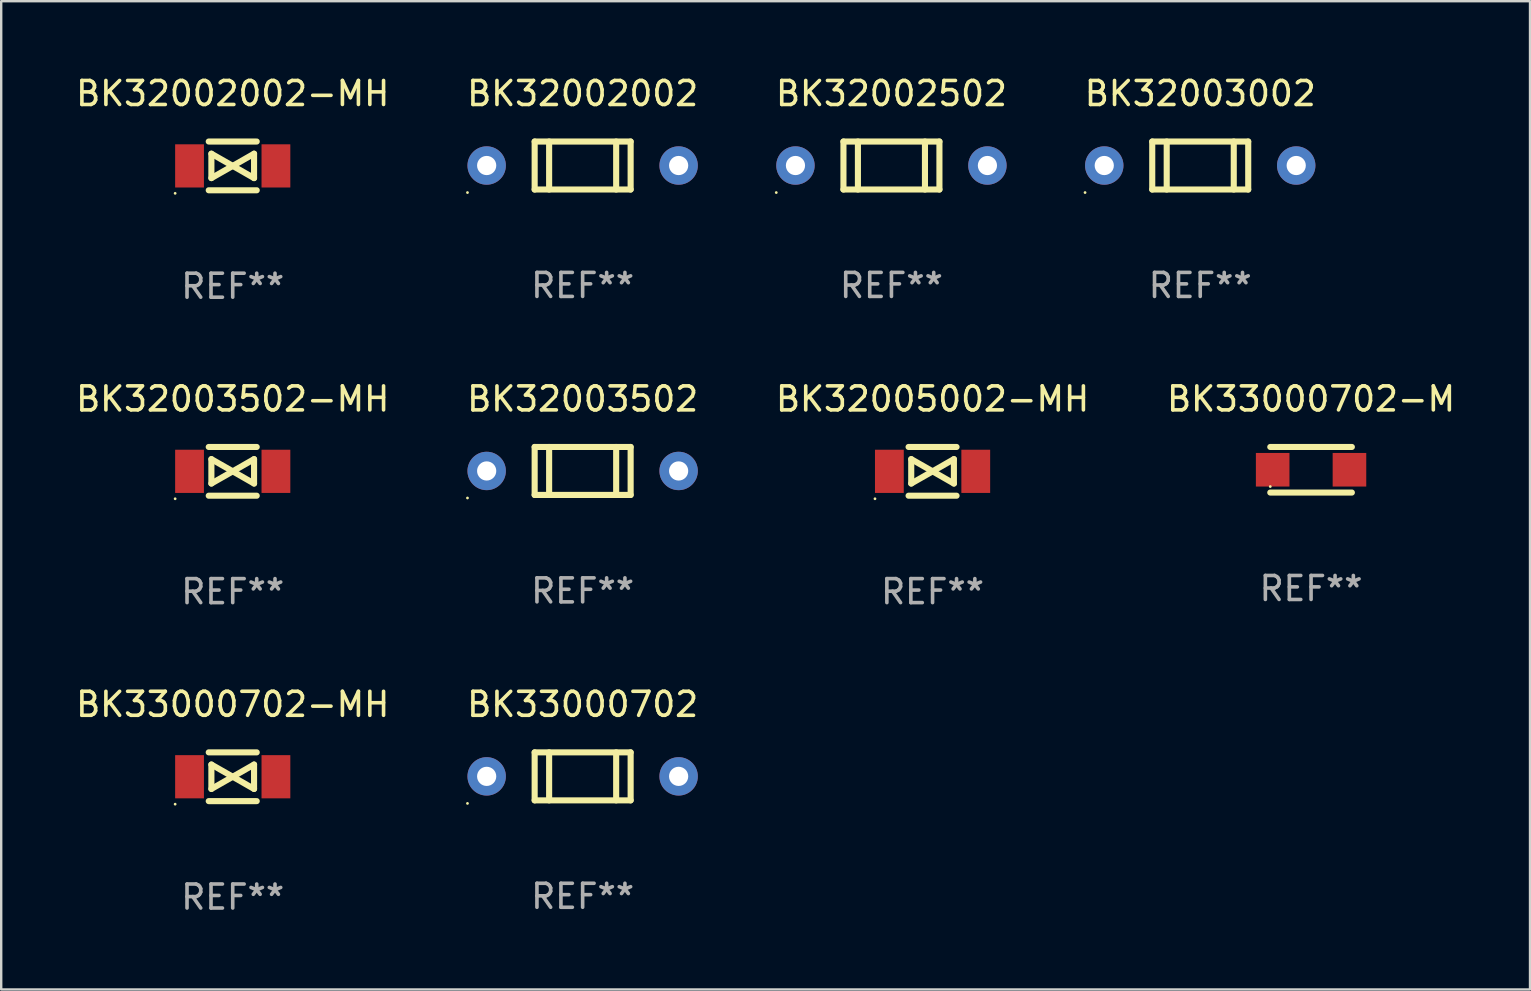
<source format=kicad_pcb>
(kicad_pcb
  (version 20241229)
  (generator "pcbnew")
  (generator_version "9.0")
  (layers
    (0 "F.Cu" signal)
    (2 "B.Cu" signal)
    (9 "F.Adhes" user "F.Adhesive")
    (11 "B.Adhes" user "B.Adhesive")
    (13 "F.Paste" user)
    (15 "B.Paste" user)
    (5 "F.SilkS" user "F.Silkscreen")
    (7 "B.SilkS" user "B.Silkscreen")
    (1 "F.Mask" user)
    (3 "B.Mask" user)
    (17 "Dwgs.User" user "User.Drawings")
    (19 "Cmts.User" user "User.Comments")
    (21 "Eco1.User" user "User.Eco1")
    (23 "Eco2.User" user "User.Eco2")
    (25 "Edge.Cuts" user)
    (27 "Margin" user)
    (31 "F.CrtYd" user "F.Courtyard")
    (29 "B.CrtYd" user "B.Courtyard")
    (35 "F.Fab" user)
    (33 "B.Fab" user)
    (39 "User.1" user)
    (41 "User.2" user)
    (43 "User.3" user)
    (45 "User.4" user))
  (footprint "BK32003502-MH"
    (layer "F.Cu")
    (at 6.649 16.593)
    (property "Reference" "BK32003502-MH" (at 0 -3.016 0) (layer "F.SilkS") (effects (font (size 1 1) (thickness 0.15))))
    (attr through_hole)
    (fp_line (start -1 -1.016) (end 1 -1.016) (stroke (width 0.254) (type solid)) (layer "F.SilkS"))
    (fp_line (start -1 1.016) (end 1 1.016) (stroke (width 0.254) (type solid)) (layer "F.SilkS"))
    (fp_line (start -0.889 -0.508) (end -0.889 0.508) (stroke (width 0.254) (type solid)) (layer "F.SilkS"))
    (fp_line (start -0.889 0.508) (end 0.889 -0.508) (stroke (width 0.254) (type solid)) (layer "F.SilkS"))
    (fp_line (start 0.889 -0.508) (end 0.889 0.508) (stroke (width 0.254) (type solid)) (layer "F.SilkS"))
    (fp_line (start 0.889 0.508) (end -0.889 -0.508) (stroke (width 0.254) (type solid)) (layer "F.SilkS"))
    (fp_circle (center -2.4 1.143) (end -2.37 1.143) (stroke (width 0.06) (type solid)) (fill no) (layer "F.SilkS"))
    (fp_text user "REF**" (at 0 5.016 0) (layer "F.Fab") (effects (font (size 1 1) (thickness 0.15))))
    (pad "1" smd rect (at -1.8 0) (size 1.2 1.8) (layers "F.Cu" "F.Mask" "F.Paste"))
    (pad "2" smd rect (at 1.8 0) (size 1.2 1.8) (layers "F.Cu" "F.Mask" "F.Paste")))
  (footprint "BK32002002-MH"
    (layer "F.Cu")
    (at 6.649 3.864)
    (property "Reference" "BK32002002-MH" (at 0 -3.016 0) (layer "F.SilkS") (effects (font (size 1 1) (thickness 0.15))))
    (attr through_hole)
    (fp_line (start -1 -1.016) (end 1 -1.016) (stroke (width 0.254) (type solid)) (layer "F.SilkS"))
    (fp_line (start -1 1.016) (end 1 1.016) (stroke (width 0.254) (type solid)) (layer "F.SilkS"))
    (fp_line (start -0.889 -0.508) (end -0.889 0.508) (stroke (width 0.254) (type solid)) (layer "F.SilkS"))
    (fp_line (start -0.889 0.508) (end 0.889 -0.508) (stroke (width 0.254) (type solid)) (layer "F.SilkS"))
    (fp_line (start 0.889 -0.508) (end 0.889 0.508) (stroke (width 0.254) (type solid)) (layer "F.SilkS"))
    (fp_line (start 0.889 0.508) (end -0.889 -0.508) (stroke (width 0.254) (type solid)) (layer "F.SilkS"))
    (fp_circle (center -2.4 1.143) (end -2.37 1.143) (stroke (width 0.06) (type solid)) (fill no) (layer "F.SilkS"))
    (fp_text user "REF**" (at 0 5.016 0) (layer "F.Fab") (effects (font (size 1 1) (thickness 0.15))))
    (pad "1" smd rect (at -1.8 0) (size 1.2 1.8) (layers "F.Cu" "F.Mask" "F.Paste"))
    (pad "2" smd rect (at 1.8 0) (size 1.2 1.8) (layers "F.Cu" "F.Mask" "F.Paste")))
  (footprint "BK32003502"
    (layer "F.Cu")
    (at 21.232 16.577)
    (property "Reference" "BK32003502" (at 0 -3 0) (layer "F.SilkS") (effects (font (size 1 1) (thickness 0.15))))
    (attr through_hole)
    (fp_line (start -2 -1) (end -2 1) (stroke (width 0.254) (type solid)) (layer "F.SilkS"))
    (fp_line (start -2 1) (end 2 1) (stroke (width 0.254) (type solid)) (layer "F.SilkS"))
    (fp_line (start -1.397 -1) (end -1.397 1) (stroke (width 0.254) (type solid)) (layer "F.SilkS"))
    (fp_line (start 1.397 -1) (end 1.397 1) (stroke (width 0.254) (type solid)) (layer "F.SilkS"))
    (fp_line (start 2 -1) (end -2 -1) (stroke (width 0.254) (type solid)) (layer "F.SilkS"))
    (fp_line (start 2 -1) (end 2 1) (stroke (width 0.254) (type solid)) (layer "F.SilkS"))
    (fp_circle (center -4.8 1.127) (end -4.77 1.127) (stroke (width 0.06) (type solid)) (fill no) (layer "F.SilkS"))
    (fp_text user "REF**" (at 0 5 0) (layer "F.Fab") (effects (font (size 1 1) (thickness 0.15))))
    (pad "1" thru_hole circle (at -4 0) (size 1.6 1.6) (drill 0.8) (layers "*.Cu" "*.Mask"))
    (pad "2" thru_hole circle (at 4 0) (size 1.6 1.6) (drill 0.8) (layers "*.Cu" "*.Mask")))
  (footprint "BK33000702-MH"
    (layer "F.Cu")
    (at 6.649 29.321)
    (property "Reference" "BK33000702-MH" (at 0 -3.016 0) (layer "F.SilkS") (effects (font (size 1 1) (thickness 0.15))))
    (attr through_hole)
    (fp_line (start -1 -1.016) (end 1 -1.016) (stroke (width 0.254) (type solid)) (layer "F.SilkS"))
    (fp_line (start -1 1.016) (end 1 1.016) (stroke (width 0.254) (type solid)) (layer "F.SilkS"))
    (fp_line (start -0.889 -0.508) (end -0.889 0.508) (stroke (width 0.254) (type solid)) (layer "F.SilkS"))
    (fp_line (start -0.889 0.508) (end 0.889 -0.508) (stroke (width 0.254) (type solid)) (layer "F.SilkS"))
    (fp_line (start 0.889 -0.508) (end 0.889 0.508) (stroke (width 0.254) (type solid)) (layer "F.SilkS"))
    (fp_line (start 0.889 0.508) (end -0.889 -0.508) (stroke (width 0.254) (type solid)) (layer "F.SilkS"))
    (fp_circle (center -2.4 1.143) (end -2.37 1.143) (stroke (width 0.06) (type solid)) (fill no) (layer "F.SilkS"))
    (fp_text user "REF**" (at 0 5.016 0) (layer "F.Fab") (effects (font (size 1 1) (thickness 0.15))))
    (pad "1" smd rect (at -1.8 0) (size 1.2 1.8) (layers "F.Cu" "F.Mask" "F.Paste"))
    (pad "2" smd rect (at 1.8 0) (size 1.2 1.8) (layers "F.Cu" "F.Mask" "F.Paste")))
  (footprint "BK32002502"
    (layer "F.Cu")
    (at 34.101 3.848)
    (property "Reference" "BK32002502" (at 0 -3 0) (layer "F.SilkS") (effects (font (size 1 1) (thickness 0.15))))
    (attr through_hole)
    (fp_line (start -2 -1) (end -2 1) (stroke (width 0.254) (type solid)) (layer "F.SilkS"))
    (fp_line (start -2 1) (end 2 1) (stroke (width 0.254) (type solid)) (layer "F.SilkS"))
    (fp_line (start -1.397 -1) (end -1.397 1) (stroke (width 0.254) (type solid)) (layer "F.SilkS"))
    (fp_line (start 1.397 -1) (end 1.397 1) (stroke (width 0.254) (type solid)) (layer "F.SilkS"))
    (fp_line (start 2 -1) (end -2 -1) (stroke (width 0.254) (type solid)) (layer "F.SilkS"))
    (fp_line (start 2 -1) (end 2 1) (stroke (width 0.254) (type solid)) (layer "F.SilkS"))
    (fp_circle (center -4.8 1.127) (end -4.77 1.127) (stroke (width 0.06) (type solid)) (fill no) (layer "F.SilkS"))
    (fp_text user "REF**" (at 0 5 0) (layer "F.Fab") (effects (font (size 1 1) (thickness 0.15))))
    (pad "1" thru_hole circle (at -4 0) (size 1.6 1.6) (drill 0.8) (layers "*.Cu" "*.Mask"))
    (pad "2" thru_hole circle (at 4 0) (size 1.6 1.6) (drill 0.8) (layers "*.Cu" "*.Mask")))
  (footprint "BK33000702-M"
    (layer "F.Cu")
    (at 51.589 16.527)
    (property "Reference" "BK33000702-M" (at 0 -2.95 0) (layer "F.SilkS") (effects (font (size 1 1) (thickness 0.15))))
    (attr through_hole)
    (fp_line (start -1.7 -0.95) (end 1.7 -0.95) (stroke (width 0.254) (type solid)) (layer "F.SilkS"))
    (fp_line (start 1.7 0.95) (end -1.7 0.95) (stroke (width 0.254) (type solid)) (layer "F.SilkS"))
    (fp_circle (center -1.7 0.7) (end -1.67 0.7) (stroke (width 0.06) (type solid)) (fill no) (layer "F.SilkS"))
    (fp_text user "REF**" (at 0 4.95 0) (layer "F.Fab") (effects (font (size 1 1) (thickness 0.15))))
    (pad "1" smd rect (at -1.6 0) (size 1.4 1.4) (layers "F.Cu" "F.Mask" "F.Paste"))
    (pad "2" smd rect (at 1.6 0) (size 1.4 1.4) (layers "F.Cu" "F.Mask" "F.Paste")))
  (footprint "BK32002002"
    (layer "F.Cu")
    (at 21.232 3.848)
    (property "Reference" "BK32002002" (at 0 -3 0) (layer "F.SilkS") (effects (font (size 1 1) (thickness 0.15))))
    (attr through_hole)
    (fp_line (start -2 -1) (end -2 1) (stroke (width 0.254) (type solid)) (layer "F.SilkS"))
    (fp_line (start -2 1) (end 2 1) (stroke (width 0.254) (type solid)) (layer "F.SilkS"))
    (fp_line (start -1.397 -1) (end -1.397 1) (stroke (width 0.254) (type solid)) (layer "F.SilkS"))
    (fp_line (start 1.397 -1) (end 1.397 1) (stroke (width 0.254) (type solid)) (layer "F.SilkS"))
    (fp_line (start 2 -1) (end -2 -1) (stroke (width 0.254) (type solid)) (layer "F.SilkS"))
    (fp_line (start 2 -1) (end 2 1) (stroke (width 0.254) (type solid)) (layer "F.SilkS"))
    (fp_circle (center -4.8 1.127) (end -4.77 1.127) (stroke (width 0.06) (type solid)) (fill no) (layer "F.SilkS"))
    (fp_text user "REF**" (at 0 5 0) (layer "F.Fab") (effects (font (size 1 1) (thickness 0.15))))
    (pad "1" thru_hole circle (at -4 0) (size 1.6 1.6) (drill 0.8) (layers "*.Cu" "*.Mask"))
    (pad "2" thru_hole circle (at 4 0) (size 1.6 1.6) (drill 0.8) (layers "*.Cu" "*.Mask")))
  (footprint "BK32005002-MH"
    (layer "F.Cu")
    (at 35.815 16.593)
    (property "Reference" "BK32005002-MH" (at 0 -3.016 0) (layer "F.SilkS") (effects (font (size 1 1) (thickness 0.15))))
    (attr through_hole)
    (fp_line (start -1 -1.016) (end 1 -1.016) (stroke (width 0.254) (type solid)) (layer "F.SilkS"))
    (fp_line (start -1 1.016) (end 1 1.016) (stroke (width 0.254) (type solid)) (layer "F.SilkS"))
    (fp_line (start -0.889 -0.508) (end -0.889 0.508) (stroke (width 0.254) (type solid)) (layer "F.SilkS"))
    (fp_line (start -0.889 0.508) (end 0.889 -0.508) (stroke (width 0.254) (type solid)) (layer "F.SilkS"))
    (fp_line (start 0.889 -0.508) (end 0.889 0.508) (stroke (width 0.254) (type solid)) (layer "F.SilkS"))
    (fp_line (start 0.889 0.508) (end -0.889 -0.508) (stroke (width 0.254) (type solid)) (layer "F.SilkS"))
    (fp_circle (center -2.4 1.143) (end -2.37 1.143) (stroke (width 0.06) (type solid)) (fill no) (layer "F.SilkS"))
    (fp_text user "REF**" (at 0 5.016 0) (layer "F.Fab") (effects (font (size 1 1) (thickness 0.15))))
    (pad "1" smd rect (at -1.8 0) (size 1.2 1.8) (layers "F.Cu" "F.Mask" "F.Paste"))
    (pad "2" smd rect (at 1.8 0) (size 1.2 1.8) (layers "F.Cu" "F.Mask" "F.Paste")))
  (footprint "BK33000702"
    (layer "F.Cu")
    (at 21.232 29.305)
    (property "Reference" "BK33000702" (at 0 -3 0) (layer "F.SilkS") (effects (font (size 1 1) (thickness 0.15))))
    (attr through_hole)
    (fp_line (start -2 -1) (end -2 1) (stroke (width 0.254) (type solid)) (layer "F.SilkS"))
    (fp_line (start -2 1) (end 2 1) (stroke (width 0.254) (type solid)) (layer "F.SilkS"))
    (fp_line (start -1.397 -1) (end -1.397 1) (stroke (width 0.254) (type solid)) (layer "F.SilkS"))
    (fp_line (start 1.397 -1) (end 1.397 1) (stroke (width 0.254) (type solid)) (layer "F.SilkS"))
    (fp_line (start 2 -1) (end -2 -1) (stroke (width 0.254) (type solid)) (layer "F.SilkS"))
    (fp_line (start 2 -1) (end 2 1) (stroke (width 0.254) (type solid)) (layer "F.SilkS"))
    (fp_circle (center -4.8 1.127) (end -4.77 1.127) (stroke (width 0.06) (type solid)) (fill no) (layer "F.SilkS"))
    (fp_text user "REF**" (at 0 5 0) (layer "F.Fab") (effects (font (size 1 1) (thickness 0.15))))
    (pad "1" thru_hole circle (at -4 0) (size 1.6 1.6) (drill 0.8) (layers "*.Cu" "*.Mask"))
    (pad "2" thru_hole circle (at 4 0) (size 1.6 1.6) (drill 0.8) (layers "*.Cu" "*.Mask")))
  (footprint "BK32003002"
    (layer "F.Cu")
    (at 46.97 3.848)
    (property "Reference" "BK32003002" (at 0 -3 0) (layer "F.SilkS") (effects (font (size 1 1) (thickness 0.15))))
    (attr through_hole)
    (fp_line (start -2 -1) (end -2 1) (stroke (width 0.254) (type solid)) (layer "F.SilkS"))
    (fp_line (start -2 1) (end 2 1) (stroke (width 0.254) (type solid)) (layer "F.SilkS"))
    (fp_line (start -1.397 -1) (end -1.397 1) (stroke (width 0.254) (type solid)) (layer "F.SilkS"))
    (fp_line (start 1.397 -1) (end 1.397 1) (stroke (width 0.254) (type solid)) (layer "F.SilkS"))
    (fp_line (start 2 -1) (end -2 -1) (stroke (width 0.254) (type solid)) (layer "F.SilkS"))
    (fp_line (start 2 -1) (end 2 1) (stroke (width 0.254) (type solid)) (layer "F.SilkS"))
    (fp_circle (center -4.8 1.127) (end -4.77 1.127) (stroke (width 0.06) (type solid)) (fill no) (layer "F.SilkS"))
    (fp_text user "REF**" (at 0 5 0) (layer "F.Fab") (effects (font (size 1 1) (thickness 0.15))))
    (pad "1" thru_hole circle (at -4 0) (size 1.6 1.6) (drill 0.8) (layers "*.Cu" "*.Mask"))
    (pad "2" thru_hole circle (at 4 0) (size 1.6 1.6) (drill 0.8) (layers "*.Cu" "*.Mask")))
  (gr_rect
    (start -3 -3)
    (end 60.714 38.186)
    (stroke (width 0.1) (type default))
    (fill no)
    (layer "Edge.Cuts")))
</source>
